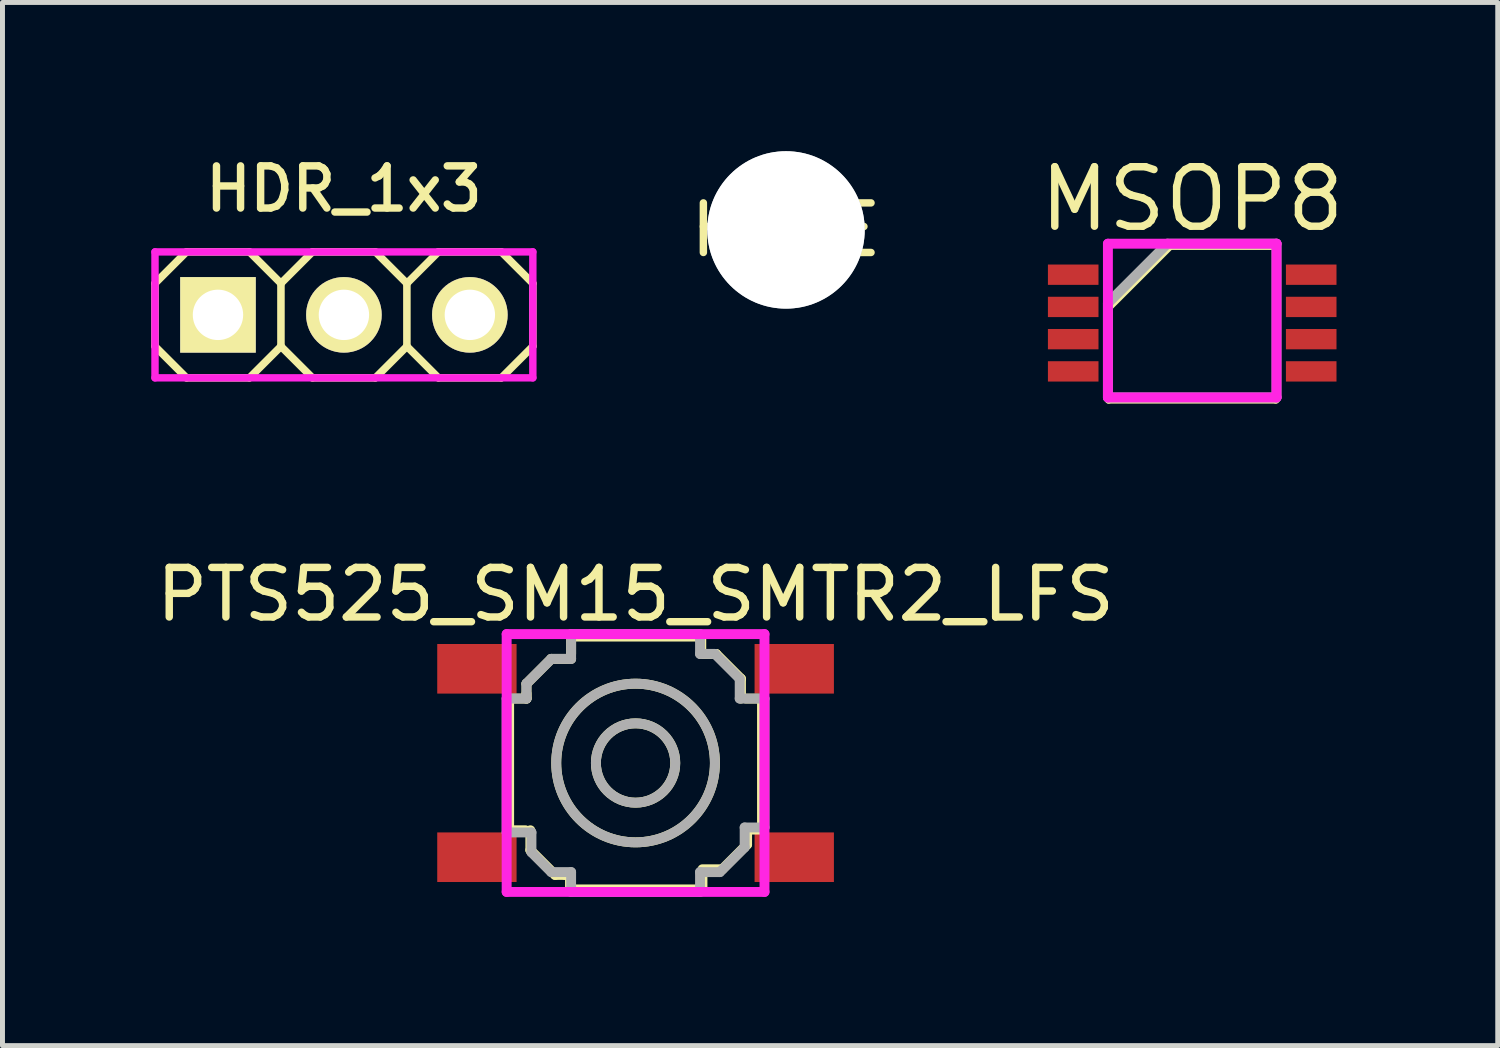
<source format=kicad_pcb>
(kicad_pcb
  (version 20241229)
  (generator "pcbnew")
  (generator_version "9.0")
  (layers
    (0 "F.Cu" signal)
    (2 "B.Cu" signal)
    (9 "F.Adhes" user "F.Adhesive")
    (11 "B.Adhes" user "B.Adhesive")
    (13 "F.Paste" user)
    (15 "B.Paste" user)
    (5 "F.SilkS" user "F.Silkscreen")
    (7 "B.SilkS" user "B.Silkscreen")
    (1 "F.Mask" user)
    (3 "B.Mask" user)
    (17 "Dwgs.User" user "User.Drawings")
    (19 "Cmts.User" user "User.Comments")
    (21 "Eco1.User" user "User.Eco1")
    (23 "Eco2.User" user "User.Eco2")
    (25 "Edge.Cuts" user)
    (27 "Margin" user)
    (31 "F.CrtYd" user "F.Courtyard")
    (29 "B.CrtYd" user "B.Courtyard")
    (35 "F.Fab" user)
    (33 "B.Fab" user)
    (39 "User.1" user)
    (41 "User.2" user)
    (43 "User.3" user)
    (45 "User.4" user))
  (footprint "MSOP8"
    (layer "F.Cu")
    (at 20.994 3.465)
    (property "Reference" "MSOP8" (at 0 -2.5 0) (layer "F.SilkS") (effects (font (size 1.2 1.2) (thickness 0.15))))
    (attr smd)
    (fp_line (start -1.686 -0.31) (end -1.686 1.55) (stroke (width 0.15) (type solid)) (layer "F.SilkS"))
    (fp_line (start -1.686 1.55) (end 1.686 1.55) (stroke (width 0.15) (type solid)) (layer "F.SilkS"))
    (fp_line (start -0.446 -1.55) (end -1.686 -0.31) (stroke (width 0.15) (type solid)) (layer "F.SilkS"))
    (fp_line (start 1.686 -1.55) (end -0.446 -1.55) (stroke (width 0.15) (type solid)) (layer "F.SilkS"))
    (fp_line (start 1.686 1.55) (end 1.686 -1.55) (stroke (width 0.15) (type solid)) (layer "F.SilkS"))
    (fp_line (start -1.7 -1.6) (end 1.7 -1.6) (stroke (width 0.2) (type solid)) (layer "F.CrtYd"))
    (fp_line (start -1.7 1.5) (end -1.7 -1.6) (stroke (width 0.2) (type solid)) (layer "F.CrtYd"))
    (fp_line (start 1.7 -1.6) (end 1.7 1.5) (stroke (width 0.2) (type solid)) (layer "F.CrtYd"))
    (fp_line (start 1.7 1.5) (end -1.7 1.5) (stroke (width 0.2) (type solid)) (layer "F.CrtYd"))
    (fp_line (start -1.7 -0.4) (end -0.5 -1.6) (stroke (width 0.2) (type solid)) (layer "F.Fab"))
    (fp_line (start -1.7 1.5) (end -1.7 -0.4) (stroke (width 0.2) (type solid)) (layer "F.Fab"))
    (fp_line (start -0.5 -1.6) (end 1.7 -1.6) (stroke (width 0.2) (type solid)) (layer "F.Fab"))
    (fp_line (start 1.7 -1.6) (end 1.7 1.5) (stroke (width 0.2) (type solid)) (layer "F.Fab"))
    (fp_line (start 1.7 1.5) (end -1.7 1.5) (stroke (width 0.2) (type solid)) (layer "F.Fab"))
    (pad "1" smd rect (at -2.4 -0.975) (size 1.02 0.41) (layers "F.Cu" "F.Mask" "F.Paste"))
    (pad "2" smd rect (at -2.4 -0.325) (size 1.02 0.41) (layers "F.Cu" "F.Mask" "F.Paste"))
    (pad "3" smd rect (at -2.4 0.325) (size 1.02 0.41) (layers "F.Cu" "F.Mask" "F.Paste"))
    (pad "4" smd rect (at -2.4 0.975) (size 1.02 0.41) (layers "F.Cu" "F.Mask" "F.Paste"))
    (pad "5" smd rect (at 2.4 0.975) (size 1.02 0.41) (layers "F.Cu" "F.Mask" "F.Paste"))
    (pad "6" smd rect (at 2.4 0.325) (size 1.02 0.41) (layers "F.Cu" "F.Mask" "F.Paste"))
    (pad "7" smd rect (at 2.4 -0.325) (size 1.02 0.41) (layers "F.Cu" "F.Mask" "F.Paste"))
    (pad "8" smd rect (at 2.4 -0.975) (size 1.02 0.41) (layers "F.Cu" "F.Mask" "F.Paste")))
  (footprint "HDR_1x3"
    (layer "F.Cu")
    (at 3.886 3.3)
    (property "Reference" "HDR_1x3" (at 0 -2.54 0) (layer "F.SilkS") (effects (font (size 0.85 0.85) (thickness 0.15))))
    (attr exclude_from_pos_files exclude_from_bom)
    (fp_line (start -3.81 -0.635) (end -3.81 0.635) (stroke (width 0.152) (type solid)) (layer "F.SilkS"))
    (fp_line (start -3.81 0.635) (end -3.175 1.27) (stroke (width 0.152) (type solid)) (layer "F.SilkS"))
    (fp_line (start -3.175 -1.27) (end -3.81 -0.635) (stroke (width 0.152) (type solid)) (layer "F.SilkS"))
    (fp_line (start -3.175 -1.27) (end -1.905 -1.27) (stroke (width 0.152) (type solid)) (layer "F.SilkS"))
    (fp_line (start -1.905 -1.27) (end -1.27 -0.635) (stroke (width 0.152) (type solid)) (layer "F.SilkS"))
    (fp_line (start -1.905 1.27) (end -3.175 1.27) (stroke (width 0.152) (type solid)) (layer "F.SilkS"))
    (fp_line (start -1.27 -0.635) (end -1.27 0.635) (stroke (width 0.152) (type solid)) (layer "F.SilkS"))
    (fp_line (start -1.27 -0.635) (end -0.635 -1.27) (stroke (width 0.152) (type solid)) (layer "F.SilkS"))
    (fp_line (start -1.27 0.635) (end -1.905 1.27) (stroke (width 0.152) (type solid)) (layer "F.SilkS"))
    (fp_line (start -0.635 -1.27) (end 0.635 -1.27) (stroke (width 0.152) (type solid)) (layer "F.SilkS"))
    (fp_line (start -0.635 1.27) (end -1.27 0.635) (stroke (width 0.152) (type solid)) (layer "F.SilkS"))
    (fp_line (start 0.635 -1.27) (end 1.27 -0.635) (stroke (width 0.152) (type solid)) (layer "F.SilkS"))
    (fp_line (start 0.635 1.27) (end -0.635 1.27) (stroke (width 0.152) (type solid)) (layer "F.SilkS"))
    (fp_line (start 1.27 -0.635) (end 1.27 0.635) (stroke (width 0.152) (type solid)) (layer "F.SilkS"))
    (fp_line (start 1.27 -0.635) (end 1.905 -1.27) (stroke (width 0.152) (type solid)) (layer "F.SilkS"))
    (fp_line (start 1.27 0.635) (end 0.635 1.27) (stroke (width 0.152) (type solid)) (layer "F.SilkS"))
    (fp_line (start 1.905 -1.27) (end 3.175 -1.27) (stroke (width 0.152) (type solid)) (layer "F.SilkS"))
    (fp_line (start 1.905 1.27) (end 1.27 0.635) (stroke (width 0.152) (type solid)) (layer "F.SilkS"))
    (fp_line (start 3.175 -1.27) (end 3.81 -0.635) (stroke (width 0.152) (type solid)) (layer "F.SilkS"))
    (fp_line (start 3.175 1.27) (end 1.905 1.27) (stroke (width 0.152) (type solid)) (layer "F.SilkS"))
    (fp_line (start 3.81 -0.635) (end 3.81 0.635) (stroke (width 0.152) (type solid)) (layer "F.SilkS"))
    (fp_line (start 3.81 0.635) (end 3.175 1.27) (stroke (width 0.152) (type solid)) (layer "F.SilkS"))
    (fp_line (start -3.81 -1.27) (end -3.81 1.27) (stroke (width 0.15) (type solid)) (layer "F.CrtYd"))
    (fp_line (start -3.81 1.27) (end 3.81 1.27) (stroke (width 0.15) (type solid)) (layer "F.CrtYd"))
    (fp_line (start 3.81 -1.27) (end -3.81 -1.27) (stroke (width 0.15) (type solid)) (layer "F.CrtYd"))
    (fp_line (start 3.81 1.27) (end 3.81 -1.27) (stroke (width 0.15) (type solid)) (layer "F.CrtYd"))
    (fp_line (start -2.794 -0.254) (end -2.286 -0.254) (stroke (width 0.066) (type solid)) (layer "F.Fab"))
    (fp_line (start -2.794 0.254) (end -2.794 -0.254) (stroke (width 0.066) (type solid)) (layer "F.Fab"))
    (fp_line (start -2.794 0.254) (end -2.286 0.254) (stroke (width 0.066) (type solid)) (layer "F.Fab"))
    (fp_line (start -2.286 0.254) (end -2.286 -0.254) (stroke (width 0.066) (type solid)) (layer "F.Fab"))
    (fp_line (start -0.254 -0.254) (end 0.254 -0.254) (stroke (width 0.066) (type solid)) (layer "F.Fab"))
    (fp_line (start -0.254 0.254) (end -0.254 -0.254) (stroke (width 0.066) (type solid)) (layer "F.Fab"))
    (fp_line (start -0.254 0.254) (end 0.254 0.254) (stroke (width 0.066) (type solid)) (layer "F.Fab"))
    (fp_line (start 0.254 0.254) (end 0.254 -0.254) (stroke (width 0.066) (type solid)) (layer "F.Fab"))
    (fp_line (start 2.286 -0.254) (end 2.794 -0.254) (stroke (width 0.066) (type solid)) (layer "F.Fab"))
    (fp_line (start 2.286 0.254) (end 2.286 -0.254) (stroke (width 0.066) (type solid)) (layer "F.Fab"))
    (fp_line (start 2.286 0.254) (end 2.794 0.254) (stroke (width 0.066) (type solid)) (layer "F.Fab"))
    (fp_line (start 2.794 0.254) (end 2.794 -0.254) (stroke (width 0.066) (type solid)) (layer "F.Fab"))
    (pad "1" thru_hole rect (at -2.54 0) (size 1.524 1.524) (drill 1.016) (layers "*.Cu" "*.Mask" "F.SilkS"))
    (pad "2" thru_hole circle (at 0 0) (size 1.524 1.524) (drill 1.016) (layers "*.Cu" "*.Mask" "F.SilkS"))
    (pad "3" thru_hole circle (at 2.54 0) (size 1.524 1.524) (drill 1.016) (layers "*.Cu" "*.Mask" "F.SilkS")))
  (footprint "PTS525_SM15_SMTR2_LFS"
    (layer "F.Cu")
    (at 9.768 12.338)
    (property "Reference" "PTS525_SM15_SMTR2_LFS" (at 0 -3.4 0) (layer "F.SilkS") (effects (font (size 1 1) (thickness 0.15))))
    (attr through_hole)
    (fp_line (start -2.55 1.3) (end -2.55 -1.3) (stroke (width 0.2) (type solid)) (layer "F.SilkS"))
    (fp_line (start -2.522 1.357) (end -2.222 1.357) (stroke (width 0.2) (type solid)) (layer "F.SilkS"))
    (fp_line (start -2.2 -1.6) (end -2.2 -1.3) (stroke (width 0.2) (type solid)) (layer "F.SilkS"))
    (fp_line (start -2.2 -1.4) (end -2.2 -1.3) (stroke (width 0.2) (type solid)) (layer "F.SilkS"))
    (fp_line (start -2.2 -1.3) (end -2.5 -1.3) (stroke (width 0.2) (type solid)) (layer "F.SilkS"))
    (fp_line (start -2.122 1.357) (end -2.122 1.757) (stroke (width 0.2) (type solid)) (layer "F.SilkS"))
    (fp_line (start -2.122 1.757) (end -1.622 2.257) (stroke (width 0.2) (type solid)) (layer "F.SilkS"))
    (fp_line (start -1.7 -2.1) (end -2.2 -1.6) (stroke (width 0.2) (type solid)) (layer "F.SilkS"))
    (fp_line (start -1.622 2.257) (end -1.322 2.257) (stroke (width 0.2) (type solid)) (layer "F.SilkS"))
    (fp_line (start -1.422 2.257) (end -1.322 2.257) (stroke (width 0.2) (type solid)) (layer "F.SilkS"))
    (fp_line (start -1.322 2.257) (end -1.322 2.557) (stroke (width 0.2) (type solid)) (layer "F.SilkS"))
    (fp_line (start -1.3 -2.55) (end 1.3 -2.55) (stroke (width 0.2) (type solid)) (layer "F.SilkS"))
    (fp_line (start -1.3 -2.5) (end -1.3 -2.2) (stroke (width 0.2) (type solid)) (layer "F.SilkS"))
    (fp_line (start -1.3 -2.1) (end -1.7 -2.1) (stroke (width 0.2) (type solid)) (layer "F.SilkS"))
    (fp_line (start -1.3 2.55) (end 1.3 2.55) (stroke (width 0.2) (type solid)) (layer "F.SilkS"))
    (fp_line (start 1.325 -2.199) (end 1.325 -2.499) (stroke (width 0.2) (type solid)) (layer "F.SilkS"))
    (fp_line (start 1.349 2.143) (end 1.749 2.143) (stroke (width 0.2) (type solid)) (layer "F.SilkS"))
    (fp_line (start 1.349 2.543) (end 1.349 2.243) (stroke (width 0.2) (type solid)) (layer "F.SilkS"))
    (fp_line (start 1.425 -2.199) (end 1.325 -2.199) (stroke (width 0.2) (type solid)) (layer "F.SilkS"))
    (fp_line (start 1.625 -2.199) (end 1.325 -2.199) (stroke (width 0.2) (type solid)) (layer "F.SilkS"))
    (fp_line (start 1.749 2.143) (end 2.249 1.643) (stroke (width 0.2) (type solid)) (layer "F.SilkS"))
    (fp_line (start 2.125 -1.699) (end 1.625 -2.199) (stroke (width 0.2) (type solid)) (layer "F.SilkS"))
    (fp_line (start 2.125 -1.299) (end 2.125 -1.699) (stroke (width 0.2) (type solid)) (layer "F.SilkS"))
    (fp_line (start 2.249 1.343) (end 2.549 1.343) (stroke (width 0.2) (type solid)) (layer "F.SilkS"))
    (fp_line (start 2.249 1.443) (end 2.249 1.343) (stroke (width 0.2) (type solid)) (layer "F.SilkS"))
    (fp_line (start 2.249 1.643) (end 2.249 1.343) (stroke (width 0.2) (type solid)) (layer "F.SilkS"))
    (fp_line (start 2.525 -1.299) (end 2.225 -1.299) (stroke (width 0.2) (type solid)) (layer "F.SilkS"))
    (fp_line (start 2.55 1.3) (end 2.55 -1.3) (stroke (width 0.2) (type solid)) (layer "F.SilkS"))
    (fp_circle (center 0 0) (end 0 -1.6) (stroke (width 0.2) (type solid)) (fill no) (layer "F.SilkS"))
    (fp_circle (center 0 0) (end 0 -0.8) (stroke (width 0.2) (type solid)) (fill no) (layer "F.SilkS"))
    (fp_line (start -2.6 -2.6) (end -2.6 2.6) (stroke (width 0.2) (type solid)) (layer "F.CrtYd"))
    (fp_line (start -2.6 2.6) (end 2.6 2.6) (stroke (width 0.2) (type solid)) (layer "F.CrtYd"))
    (fp_line (start 2.6 -2.6) (end -2.6 -2.6) (stroke (width 0.2) (type solid)) (layer "F.CrtYd"))
    (fp_line (start 2.6 2.6) (end 2.6 -2.6) (stroke (width 0.2) (type solid)) (layer "F.CrtYd"))
    (fp_line (start -2.6 -1.3) (end -2.6 1.4) (stroke (width 0.2) (type solid)) (layer "F.Fab"))
    (fp_line (start -2.6 1.4) (end -2.1 1.4) (stroke (width 0.2) (type solid)) (layer "F.Fab"))
    (fp_line (start -2.2 -1.6) (end -2.2 -1.3) (stroke (width 0.2) (type solid)) (layer "F.Fab"))
    (fp_line (start -2.2 -1.3) (end -2.6 -1.3) (stroke (width 0.2) (type solid)) (layer "F.Fab"))
    (fp_line (start -2.1 1.4) (end -2.1 1.8) (stroke (width 0.2) (type solid)) (layer "F.Fab"))
    (fp_line (start -2.1 1.8) (end -1.7 2.2) (stroke (width 0.2) (type solid)) (layer "F.Fab"))
    (fp_line (start -1.7 -2.1) (end -2.2 -1.6) (stroke (width 0.2) (type solid)) (layer "F.Fab"))
    (fp_line (start -1.7 2.2) (end -1.3 2.2) (stroke (width 0.2) (type solid)) (layer "F.Fab"))
    (fp_line (start -1.3 -2.6) (end -1.3 -2.1) (stroke (width 0.2) (type solid)) (layer "F.Fab"))
    (fp_line (start -1.3 -2.1) (end -1.7 -2.1) (stroke (width 0.2) (type solid)) (layer "F.Fab"))
    (fp_line (start -1.3 2.2) (end -1.3 2.6) (stroke (width 0.2) (type solid)) (layer "F.Fab"))
    (fp_line (start -1.3 2.6) (end 1.3 2.6) (stroke (width 0.2) (type solid)) (layer "F.Fab"))
    (fp_line (start 1.3 -2.6) (end -1.3 -2.6) (stroke (width 0.2) (type solid)) (layer "F.Fab"))
    (fp_line (start 1.3 -2.2) (end 1.3 -2.6) (stroke (width 0.2) (type solid)) (layer "F.Fab"))
    (fp_line (start 1.3 2.2) (end 1.7 2.2) (stroke (width 0.2) (type solid)) (layer "F.Fab"))
    (fp_line (start 1.3 2.6) (end 1.3 2.2) (stroke (width 0.2) (type solid)) (layer "F.Fab"))
    (fp_line (start 1.6 -2.2) (end 1.3 -2.2) (stroke (width 0.2) (type solid)) (layer "F.Fab"))
    (fp_line (start 1.7 2.2) (end 2.2 1.7) (stroke (width 0.2) (type solid)) (layer "F.Fab"))
    (fp_line (start 2.1 -1.7) (end 1.6 -2.2) (stroke (width 0.2) (type solid)) (layer "F.Fab"))
    (fp_line (start 2.1 -1.3) (end 2.1 -1.7) (stroke (width 0.2) (type solid)) (layer "F.Fab"))
    (fp_line (start 2.2 1.3) (end 2.6 1.3) (stroke (width 0.2) (type solid)) (layer "F.Fab"))
    (fp_line (start 2.2 1.7) (end 2.2 1.3) (stroke (width 0.2) (type solid)) (layer "F.Fab"))
    (fp_line (start 2.6 -1.3) (end 2.1 -1.3) (stroke (width 0.2) (type solid)) (layer "F.Fab"))
    (fp_line (start 2.6 1.3) (end 2.6 -1.3) (stroke (width 0.2) (type solid)) (layer "F.Fab"))
    (fp_circle (center 0 0) (end 0 -1.6) (stroke (width 0.2) (type solid)) (fill no) (layer "F.Fab"))
    (fp_circle (center 0 0) (end 0 -0.8) (stroke (width 0.2) (type solid)) (fill no) (layer "F.Fab"))
    (pad "1" smd rect (at -3.2 -1.9) (size 1.6 1) (layers "F.Cu" "F.Mask" "F.Paste"))
    (pad "1" smd rect (at 3.2 -1.9) (size 1.6 1) (layers "F.Cu" "F.Mask" "F.Paste"))
    (pad "2" smd rect (at -3.2 1.9) (size 1.6 1) (layers "F.Cu" "F.Mask" "F.Paste"))
    (pad "2" smd rect (at 3.2 1.9) (size 1.6 1) (layers "F.Cu" "F.Mask" "F.Paste")))
  (footprint "HOLE"
    (layer "F.Cu")
    (at 12.802 1.587)
    (property "Reference" "HOLE" (at 0 0 0) (layer "F.SilkS") (effects (font (size 1 1) (thickness 0.15))))
    (attr through_hole)
    (pad "" np_thru_hole circle (at 0 0) (size 3.175 3.175) (drill 3.175) (layers "*.Cu" "*.Mask" "Dwgs.User")))
  (gr_rect
    (start -3 -3)
    (end 27.156 18.038)
    (stroke (width 0.1) (type default))
    (fill no)
    (layer "Edge.Cuts")))
</source>
